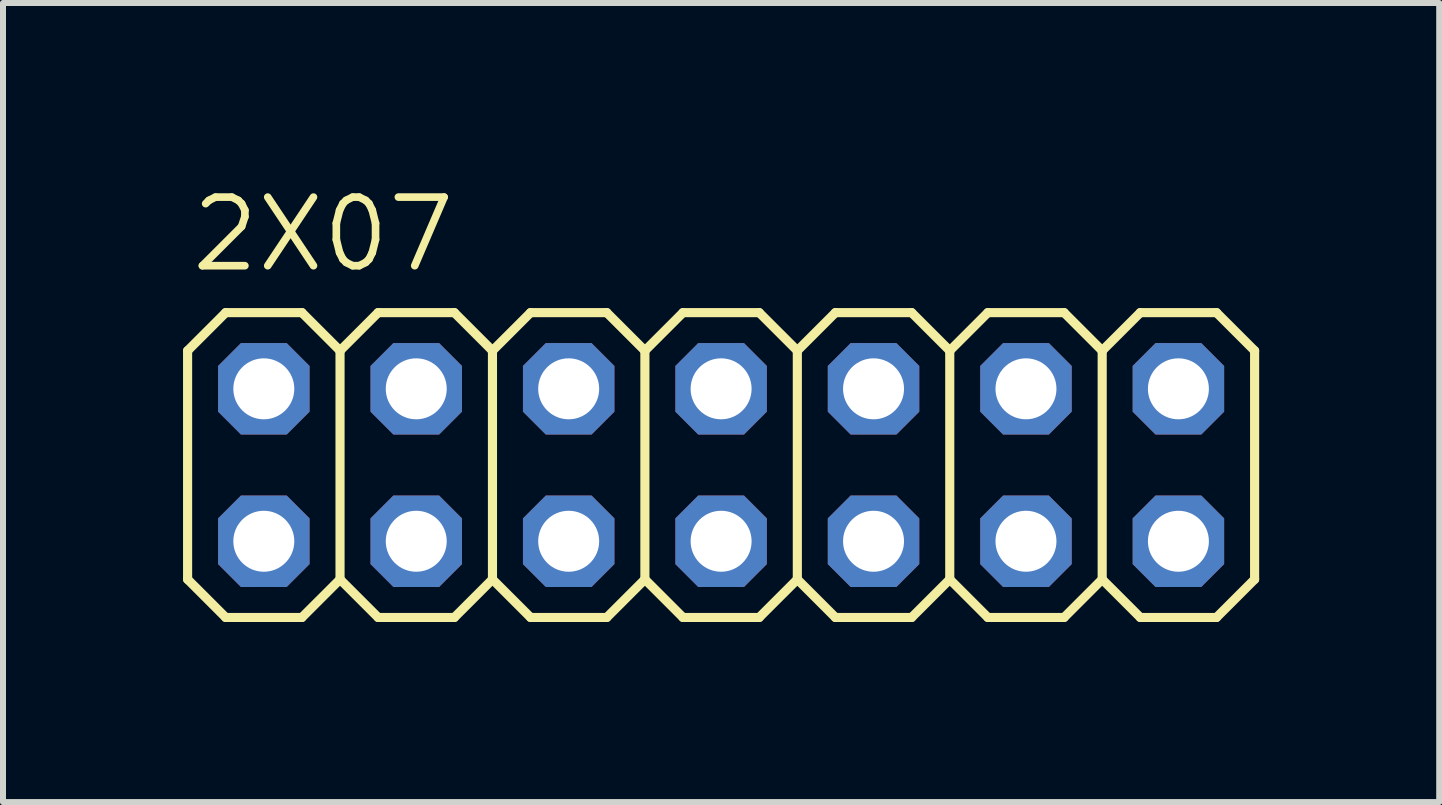
<source format=kicad_pcb>
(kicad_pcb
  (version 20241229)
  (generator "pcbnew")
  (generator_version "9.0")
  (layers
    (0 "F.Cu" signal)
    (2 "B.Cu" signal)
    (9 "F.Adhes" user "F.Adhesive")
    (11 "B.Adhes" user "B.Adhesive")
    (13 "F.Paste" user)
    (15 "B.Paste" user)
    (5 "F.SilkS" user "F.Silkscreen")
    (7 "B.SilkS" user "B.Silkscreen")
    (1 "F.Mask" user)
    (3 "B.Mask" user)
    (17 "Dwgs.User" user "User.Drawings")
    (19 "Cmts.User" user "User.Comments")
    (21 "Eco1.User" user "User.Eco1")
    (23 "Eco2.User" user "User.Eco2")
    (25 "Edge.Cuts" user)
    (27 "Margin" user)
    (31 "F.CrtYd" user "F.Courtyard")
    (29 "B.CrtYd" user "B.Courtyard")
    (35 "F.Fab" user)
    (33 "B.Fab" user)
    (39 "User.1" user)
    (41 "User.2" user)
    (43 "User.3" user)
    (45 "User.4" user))
  (footprint "2X07"
    (layer "F.Cu")
    (at 8.966 4.699)
    (property "Reference" "2X07" (at -8.89 -3.175 0) (layer "F.SilkS") (effects (font (size 1.143 1.143) (thickness 0.127)) (justify left bottom)))
    (fp_line (start -8.89 -1.905) (end -8.255 -2.54) (stroke (width 0.152) (type solid)) (layer "F.SilkS"))
    (fp_line (start -8.89 1.905) (end -8.89 -1.905) (stroke (width 0.152) (type solid)) (layer "F.SilkS"))
    (fp_line (start -8.89 1.905) (end -8.255 2.54) (stroke (width 0.152) (type solid)) (layer "F.SilkS"))
    (fp_line (start -8.255 -2.54) (end -6.985 -2.54) (stroke (width 0.152) (type solid)) (layer "F.SilkS"))
    (fp_line (start -8.255 2.54) (end -6.985 2.54) (stroke (width 0.152) (type solid)) (layer "F.SilkS"))
    (fp_line (start -6.985 -2.54) (end -6.35 -1.905) (stroke (width 0.152) (type solid)) (layer "F.SilkS"))
    (fp_line (start -6.985 2.54) (end -6.35 1.905) (stroke (width 0.152) (type solid)) (layer "F.SilkS"))
    (fp_line (start -6.35 -1.905) (end -6.35 1.905) (stroke (width 0.152) (type solid)) (layer "F.SilkS"))
    (fp_line (start -6.35 -1.905) (end -5.715 -2.54) (stroke (width 0.152) (type solid)) (layer "F.SilkS"))
    (fp_line (start -6.35 1.905) (end -5.715 2.54) (stroke (width 0.152) (type solid)) (layer "F.SilkS"))
    (fp_line (start -5.715 -2.54) (end -4.445 -2.54) (stroke (width 0.152) (type solid)) (layer "F.SilkS"))
    (fp_line (start -5.715 2.54) (end -4.445 2.54) (stroke (width 0.152) (type solid)) (layer "F.SilkS"))
    (fp_line (start -4.445 -2.54) (end -3.81 -1.905) (stroke (width 0.152) (type solid)) (layer "F.SilkS"))
    (fp_line (start -4.445 2.54) (end -3.81 1.905) (stroke (width 0.152) (type solid)) (layer "F.SilkS"))
    (fp_line (start -3.81 -1.905) (end -3.81 1.905) (stroke (width 0.152) (type solid)) (layer "F.SilkS"))
    (fp_line (start -3.81 -1.905) (end -3.175 -2.54) (stroke (width 0.152) (type solid)) (layer "F.SilkS"))
    (fp_line (start -3.81 1.905) (end -3.175 2.54) (stroke (width 0.152) (type solid)) (layer "F.SilkS"))
    (fp_line (start -3.175 -2.54) (end -1.905 -2.54) (stroke (width 0.152) (type solid)) (layer "F.SilkS"))
    (fp_line (start -3.175 2.54) (end -1.905 2.54) (stroke (width 0.152) (type solid)) (layer "F.SilkS"))
    (fp_line (start -1.905 -2.54) (end -1.27 -1.905) (stroke (width 0.152) (type solid)) (layer "F.SilkS"))
    (fp_line (start -1.905 2.54) (end -1.27 1.905) (stroke (width 0.152) (type solid)) (layer "F.SilkS"))
    (fp_line (start -1.27 -1.905) (end -1.27 1.905) (stroke (width 0.152) (type solid)) (layer "F.SilkS"))
    (fp_line (start -1.27 -1.905) (end -0.635 -2.54) (stroke (width 0.152) (type solid)) (layer "F.SilkS"))
    (fp_line (start -1.27 1.905) (end -0.635 2.54) (stroke (width 0.152) (type solid)) (layer "F.SilkS"))
    (fp_line (start -0.635 -2.54) (end 0.635 -2.54) (stroke (width 0.152) (type solid)) (layer "F.SilkS"))
    (fp_line (start -0.635 2.54) (end 0.635 2.54) (stroke (width 0.152) (type solid)) (layer "F.SilkS"))
    (fp_line (start 0.635 -2.54) (end 1.27 -1.905) (stroke (width 0.152) (type solid)) (layer "F.SilkS"))
    (fp_line (start 0.635 2.54) (end 1.27 1.905) (stroke (width 0.152) (type solid)) (layer "F.SilkS"))
    (fp_line (start 1.27 -1.905) (end 1.27 1.905) (stroke (width 0.152) (type solid)) (layer "F.SilkS"))
    (fp_line (start 1.27 -1.905) (end 1.905 -2.54) (stroke (width 0.152) (type solid)) (layer "F.SilkS"))
    (fp_line (start 1.27 1.905) (end 1.905 2.54) (stroke (width 0.152) (type solid)) (layer "F.SilkS"))
    (fp_line (start 1.905 -2.54) (end 3.175 -2.54) (stroke (width 0.152) (type solid)) (layer "F.SilkS"))
    (fp_line (start 1.905 2.54) (end 3.175 2.54) (stroke (width 0.152) (type solid)) (layer "F.SilkS"))
    (fp_line (start 3.175 -2.54) (end 3.81 -1.905) (stroke (width 0.152) (type solid)) (layer "F.SilkS"))
    (fp_line (start 3.175 2.54) (end 3.81 1.905) (stroke (width 0.152) (type solid)) (layer "F.SilkS"))
    (fp_line (start 3.81 -1.905) (end 3.81 1.905) (stroke (width 0.152) (type solid)) (layer "F.SilkS"))
    (fp_line (start 3.81 -1.905) (end 4.445 -2.54) (stroke (width 0.152) (type solid)) (layer "F.SilkS"))
    (fp_line (start 3.81 1.905) (end 4.445 2.54) (stroke (width 0.152) (type solid)) (layer "F.SilkS"))
    (fp_line (start 4.445 -2.54) (end 5.715 -2.54) (stroke (width 0.152) (type solid)) (layer "F.SilkS"))
    (fp_line (start 4.445 2.54) (end 5.715 2.54) (stroke (width 0.152) (type solid)) (layer "F.SilkS"))
    (fp_line (start 5.715 -2.54) (end 6.35 -1.905) (stroke (width 0.152) (type solid)) (layer "F.SilkS"))
    (fp_line (start 5.715 2.54) (end 6.35 1.905) (stroke (width 0.152) (type solid)) (layer "F.SilkS"))
    (fp_line (start 6.35 -1.905) (end 6.35 1.905) (stroke (width 0.152) (type solid)) (layer "F.SilkS"))
    (fp_line (start 6.35 -1.905) (end 6.985 -2.54) (stroke (width 0.152) (type solid)) (layer "F.SilkS"))
    (fp_line (start 6.35 1.905) (end 6.985 2.54) (stroke (width 0.152) (type solid)) (layer "F.SilkS"))
    (fp_line (start 6.985 -2.54) (end 8.255 -2.54) (stroke (width 0.152) (type solid)) (layer "F.SilkS"))
    (fp_line (start 6.985 2.54) (end 8.255 2.54) (stroke (width 0.152) (type solid)) (layer "F.SilkS"))
    (fp_line (start 8.255 -2.54) (end 8.89 -1.905) (stroke (width 0.152) (type solid)) (layer "F.SilkS"))
    (fp_line (start 8.255 2.54) (end 8.89 1.905) (stroke (width 0.152) (type solid)) (layer "F.SilkS"))
    (fp_line (start 8.89 -1.905) (end 8.89 1.905) (stroke (width 0.152) (type solid)) (layer "F.SilkS"))
    (fp_poly (pts (xy -7.874 -1.016) (xy -7.366 -1.016) (xy -7.366 -1.524) (xy -7.874 -1.524)) (stroke (width 0.1) (type solid)) (fill no) (layer "F.Fab"))
    (fp_poly (pts (xy -7.874 1.524) (xy -7.366 1.524) (xy -7.366 1.016) (xy -7.874 1.016)) (stroke (width 0.1) (type solid)) (fill no) (layer "F.Fab"))
    (fp_poly (pts (xy -5.334 -1.016) (xy -4.826 -1.016) (xy -4.826 -1.524) (xy -5.334 -1.524)) (stroke (width 0.1) (type solid)) (fill no) (layer "F.Fab"))
    (fp_poly (pts (xy -5.334 1.524) (xy -4.826 1.524) (xy -4.826 1.016) (xy -5.334 1.016)) (stroke (width 0.1) (type solid)) (fill no) (layer "F.Fab"))
    (fp_poly (pts (xy -2.794 -1.016) (xy -2.286 -1.016) (xy -2.286 -1.524) (xy -2.794 -1.524)) (stroke (width 0.1) (type solid)) (fill no) (layer "F.Fab"))
    (fp_poly (pts (xy -2.794 1.524) (xy -2.286 1.524) (xy -2.286 1.016) (xy -2.794 1.016)) (stroke (width 0.1) (type solid)) (fill no) (layer "F.Fab"))
    (fp_poly (pts (xy -0.254 -1.016) (xy 0.254 -1.016) (xy 0.254 -1.524) (xy -0.254 -1.524)) (stroke (width 0.1) (type solid)) (fill no) (layer "F.Fab"))
    (fp_poly (pts (xy -0.254 1.524) (xy 0.254 1.524) (xy 0.254 1.016) (xy -0.254 1.016)) (stroke (width 0.1) (type solid)) (fill no) (layer "F.Fab"))
    (fp_poly (pts (xy 2.286 -1.016) (xy 2.794 -1.016) (xy 2.794 -1.524) (xy 2.286 -1.524)) (stroke (width 0.1) (type solid)) (fill no) (layer "F.Fab"))
    (fp_poly (pts (xy 2.286 1.524) (xy 2.794 1.524) (xy 2.794 1.016) (xy 2.286 1.016)) (stroke (width 0.1) (type solid)) (fill no) (layer "F.Fab"))
    (fp_poly (pts (xy 4.826 -1.016) (xy 5.334 -1.016) (xy 5.334 -1.524) (xy 4.826 -1.524)) (stroke (width 0.1) (type solid)) (fill no) (layer "F.Fab"))
    (fp_poly (pts (xy 4.826 1.524) (xy 5.334 1.524) (xy 5.334 1.016) (xy 4.826 1.016)) (stroke (width 0.1) (type solid)) (fill no) (layer "F.Fab"))
    (fp_poly (pts (xy 7.366 -1.016) (xy 7.874 -1.016) (xy 7.874 -1.524) (xy 7.366 -1.524)) (stroke (width 0.1) (type solid)) (fill no) (layer "F.Fab"))
    (fp_poly (pts (xy 7.366 1.524) (xy 7.874 1.524) (xy 7.874 1.016) (xy 7.366 1.016)) (stroke (width 0.1) (type solid)) (fill no) (layer "F.Fab"))
    (pad "1" thru_hole roundrect (at -7.62 1.27) (size 1.524 1.524) (drill 1.016) (layers "*.Cu" "*.Mask") (roundrect_rratio 0.25) (chamfer_ratio 0.25) (chamfer top_left top_right bottom_left bottom_right))
    (pad "2" thru_hole roundrect (at -7.62 -1.27) (size 1.524 1.524) (drill 1.016) (layers "*.Cu" "*.Mask") (roundrect_rratio 0.25) (chamfer_ratio 0.25) (chamfer top_left top_right bottom_left bottom_right))
    (pad "3" thru_hole roundrect (at -5.08 1.27) (size 1.524 1.524) (drill 1.016) (layers "*.Cu" "*.Mask") (roundrect_rratio 0.25) (chamfer_ratio 0.25) (chamfer top_left top_right bottom_left bottom_right))
    (pad "4" thru_hole roundrect (at -5.08 -1.27) (size 1.524 1.524) (drill 1.016) (layers "*.Cu" "*.Mask") (roundrect_rratio 0.25) (chamfer_ratio 0.25) (chamfer top_left top_right bottom_left bottom_right))
    (pad "5" thru_hole roundrect (at -2.54 1.27) (size 1.524 1.524) (drill 1.016) (layers "*.Cu" "*.Mask") (roundrect_rratio 0.25) (chamfer_ratio 0.25) (chamfer top_left top_right bottom_left bottom_right))
    (pad "6" thru_hole roundrect (at -2.54 -1.27) (size 1.524 1.524) (drill 1.016) (layers "*.Cu" "*.Mask") (roundrect_rratio 0.25) (chamfer_ratio 0.25) (chamfer top_left top_right bottom_left bottom_right))
    (pad "7" thru_hole roundrect (at 0 1.27) (size 1.524 1.524) (drill 1.016) (layers "*.Cu" "*.Mask") (roundrect_rratio 0.25) (chamfer_ratio 0.25) (chamfer top_left top_right bottom_left bottom_right))
    (pad "8" thru_hole roundrect (at 0 -1.27) (size 1.524 1.524) (drill 1.016) (layers "*.Cu" "*.Mask") (roundrect_rratio 0.25) (chamfer_ratio 0.25) (chamfer top_left top_right bottom_left bottom_right))
    (pad "9" thru_hole roundrect (at 2.54 1.27) (size 1.524 1.524) (drill 1.016) (layers "*.Cu" "*.Mask") (roundrect_rratio 0.25) (chamfer_ratio 0.25) (chamfer top_left top_right bottom_left bottom_right))
    (pad "10" thru_hole roundrect (at 2.54 -1.27) (size 1.524 1.524) (drill 1.016) (layers "*.Cu" "*.Mask") (roundrect_rratio 0.25) (chamfer_ratio 0.25) (chamfer top_left top_right bottom_left bottom_right))
    (pad "11" thru_hole roundrect (at 5.08 1.27) (size 1.524 1.524) (drill 1.016) (layers "*.Cu" "*.Mask") (roundrect_rratio 0.25) (chamfer_ratio 0.25) (chamfer top_left top_right bottom_left bottom_right))
    (pad "12" thru_hole roundrect (at 5.08 -1.27) (size 1.524 1.524) (drill 1.016) (layers "*.Cu" "*.Mask") (roundrect_rratio 0.25) (chamfer_ratio 0.25) (chamfer top_left top_right bottom_left bottom_right))
    (pad "13" thru_hole roundrect (at 7.62 1.27) (size 1.524 1.524) (drill 1.016) (layers "*.Cu" "*.Mask") (roundrect_rratio 0.25) (chamfer_ratio 0.25) (chamfer top_left top_right bottom_left bottom_right))
    (pad "14" thru_hole roundrect (at 7.62 -1.27) (size 1.524 1.524) (drill 1.016) (layers "*.Cu" "*.Mask") (roundrect_rratio 0.25) (chamfer_ratio 0.25) (chamfer top_left top_right bottom_left bottom_right)))
  (gr_rect
    (start -3 -3)
    (end 20.932 10.315)
    (stroke (width 0.1) (type default))
    (fill no)
    (layer "Edge.Cuts")))
</source>
